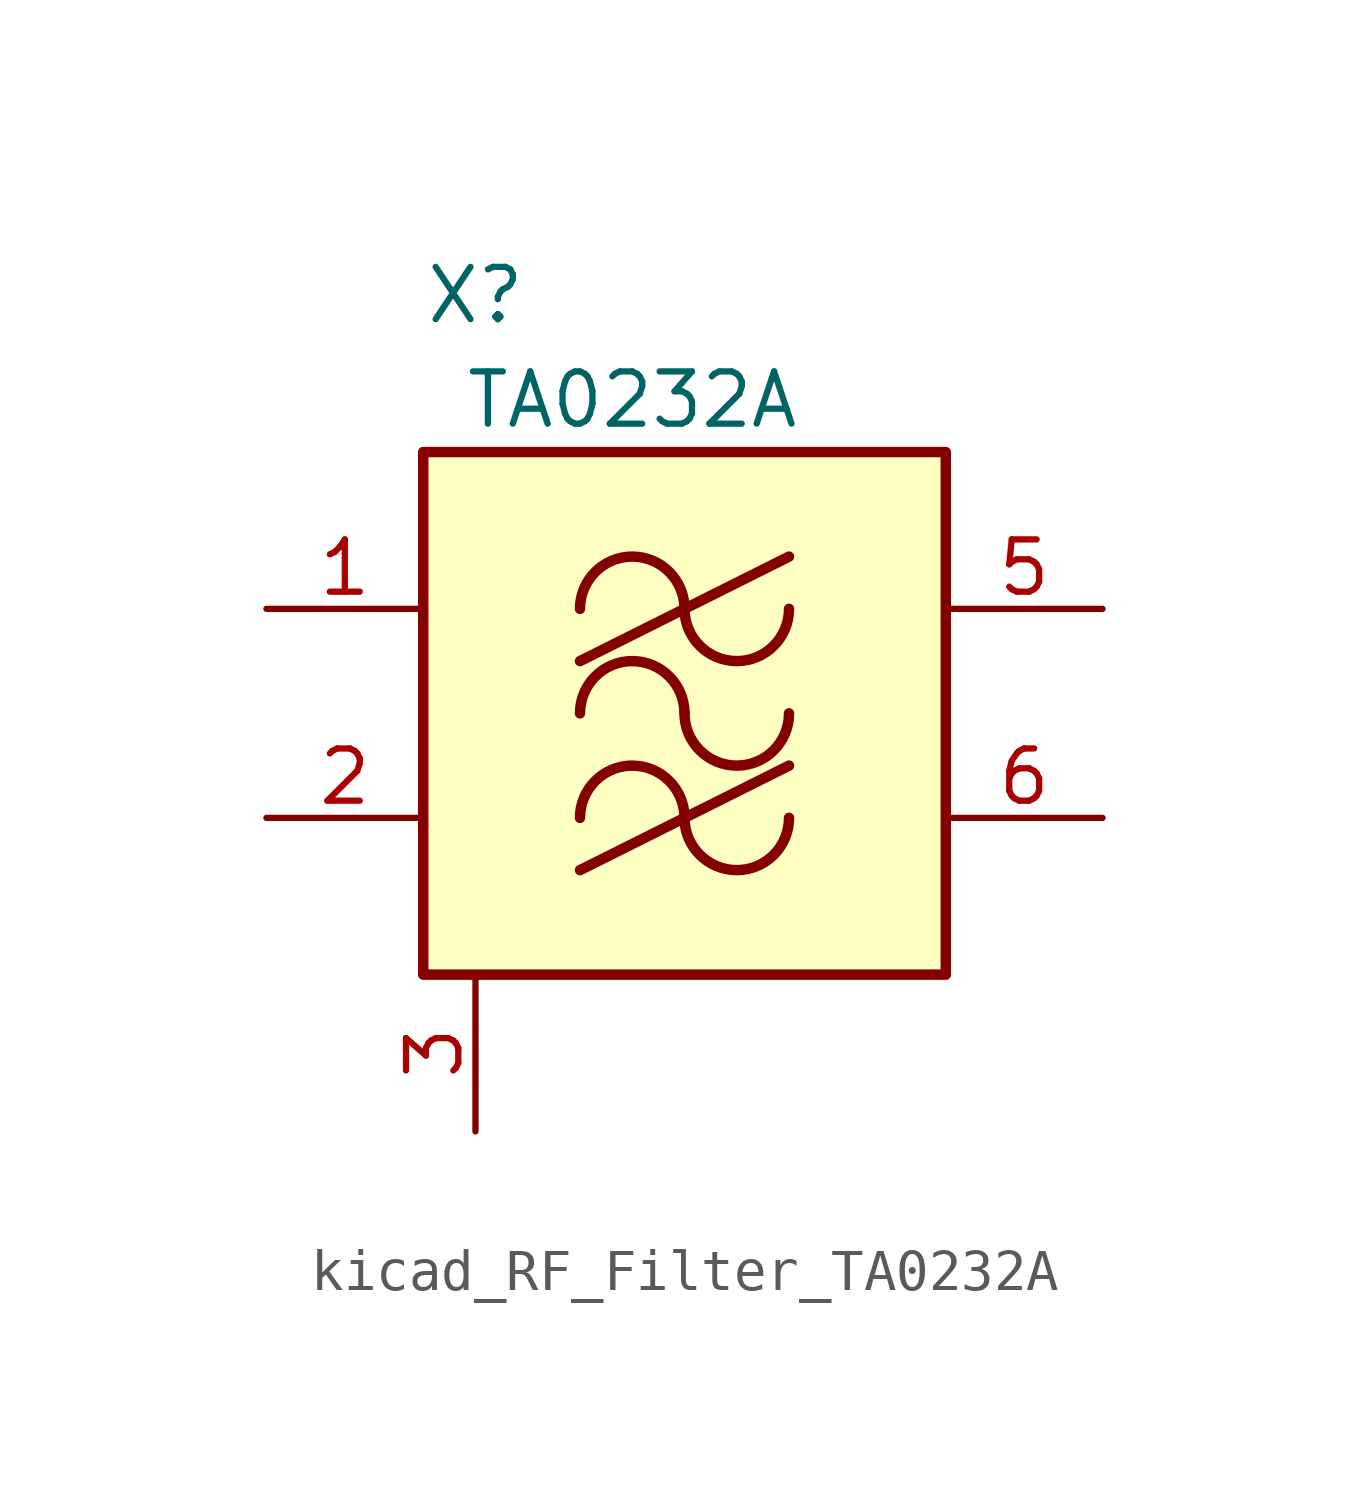
<source format=kicad_sym>
(kicad_symbol_lib
  (version 20220914)
  (generator kicad_symbol_editor)
  (symbol "kicad_RF_Filter_TA0232A"
    (pin_names hide)
    (property "Reference" "X"
      (at -5.08 10.16 0)
      (effects (font (size 1.27 1.27))))
    (property "Value" "TA0232A"
      (at -1.27 7.62 0)
      (effects (font (size 1.27 1.27))))
    (symbol "kicad_RF_Filter_TA0232A_1_1"
      (rectangle (start -6.35 6.35) (end 6.35 -6.35) (stroke (width 0.254) (type default)) (fill (type background)))
      (arc (start 0 -2.54) (mid -1.27 -1.2755) (end -2.54 -2.54) (stroke (width 0.254) (type default)) (fill (type none)))
      (arc (start 0 -2.54) (mid 1.27 -3.8045) (end 2.54 -2.54) (stroke (width 0.254) (type default)) (fill (type none)))
      (arc (start 0 0) (mid -1.27 1.2645) (end -2.54 0) (stroke (width 0.254) (type default)) (fill (type none)))
      (polyline (pts (xy -2.54 -3.81) (xy 2.54 -1.27)) (stroke (width 0.254) (type default)) (fill (type none)))
      (polyline (pts (xy -2.54 1.27) (xy 2.54 3.81)) (stroke (width 0.254) (type default)) (fill (type none)))
      (arc (start 0 0) (mid 1.27 -1.2645) (end 2.54 0) (stroke (width 0.254) (type default)) (fill (type none)))
      (arc (start 0 2.54) (mid -1.27 3.8045) (end -2.54 2.54) (stroke (width 0.254) (type default)) (fill (type none)))
      (arc (start 0 2.54) (mid 1.27 1.2755) (end 2.54 2.54) (stroke (width 0.254) (type default)) (fill (type none)))
      (pin input line (at -10.16 2.54 0) (length 3.81) (name "IN_1" (effects (font (size 1.27 1.27)))) (number "1" (effects (font (size 1.27 1.27)))))
      (pin input line (at -10.16 -2.54 0) (length 3.81) (name "IN_2" (effects (font (size 1.27 1.27)))) (number "2" (effects (font (size 1.27 1.27)))))
      (pin power_in line (at -5.08 -10.16 90) (length 3.81) (name "GND" (effects (font (size 1.27 1.27)))) (number "3" (effects (font (size 1.27 1.27)))))
      (pin passive line (at -5.08 -10.16 90) (length 3.81) hide (name "GND" (effects (font (size 1.27 1.27)))) (number "4" (effects (font (size 1.27 1.27)))))
      (pin output line (at 10.16 2.54 180) (length 3.81) (name "OUT_1" (effects (font (size 1.27 1.27)))) (number "5" (effects (font (size 1.27 1.27)))))
      (pin output line (at 10.16 -2.54 180) (length 3.81) (name "OUT_2" (effects (font (size 1.27 1.27)))) (number "6" (effects (font (size 1.27 1.27)))))
      (pin passive line (at -5.08 -10.16 90) (length 3.81) hide (name "GND" (effects (font (size 1.27 1.27)))) (number "7" (effects (font (size 1.27 1.27)))))
      (pin passive line (at -5.08 -10.16 90) (length 3.81) hide (name "GND" (effects (font (size 1.27 1.27)))) (number "8" (effects (font (size 1.27 1.27))))))))
</source>
